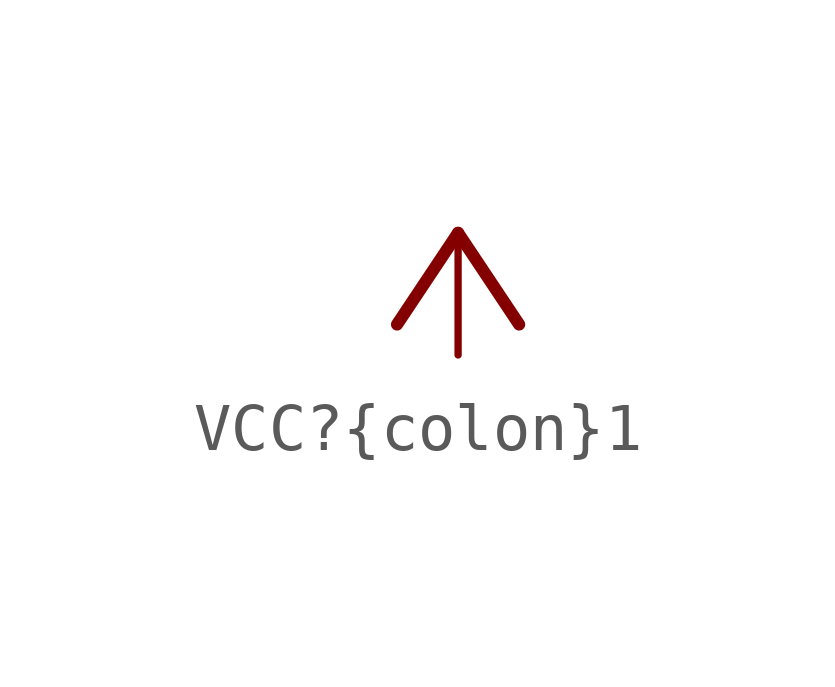
<source format=kicad_sym>
(kicad_symbol_lib
  (version 20241209)
  (generator "kicad_symbol_editor")
  (generator_version "9.0")
  (symbol "VCC?{colon}1"
    (power)
    (property "Reference" "#P+"
      (at 0 0 0)
      (effects (font (size 1.27 1.27)) (hide yes)))
    (property "Value" ""
      (at -2.54 -2.54 90)
      (effects (font (size 1.778 1.511)) (justify left bottom)))
    (property "ki_locked" ""
      (at 0 0 0)
      (effects (font (size 1.27 1.27))))
    (symbol "VCC?{colon}1_1_0"
      (polyline (pts (xy 0 0) (xy -1.27 -1.905)) (stroke (width 0.254) (type solid)) (fill (type none)))
      (polyline (pts (xy 1.27 -1.905) (xy 0 0)) (stroke (width 0.254) (type solid)) (fill (type none)))
      (pin power_in line (at 0 -2.54 90) (length 2.54) (name "VCC" (effects (font (size 0 0)))) (number "1" (effects (font (size 0 0))))))))
</source>
